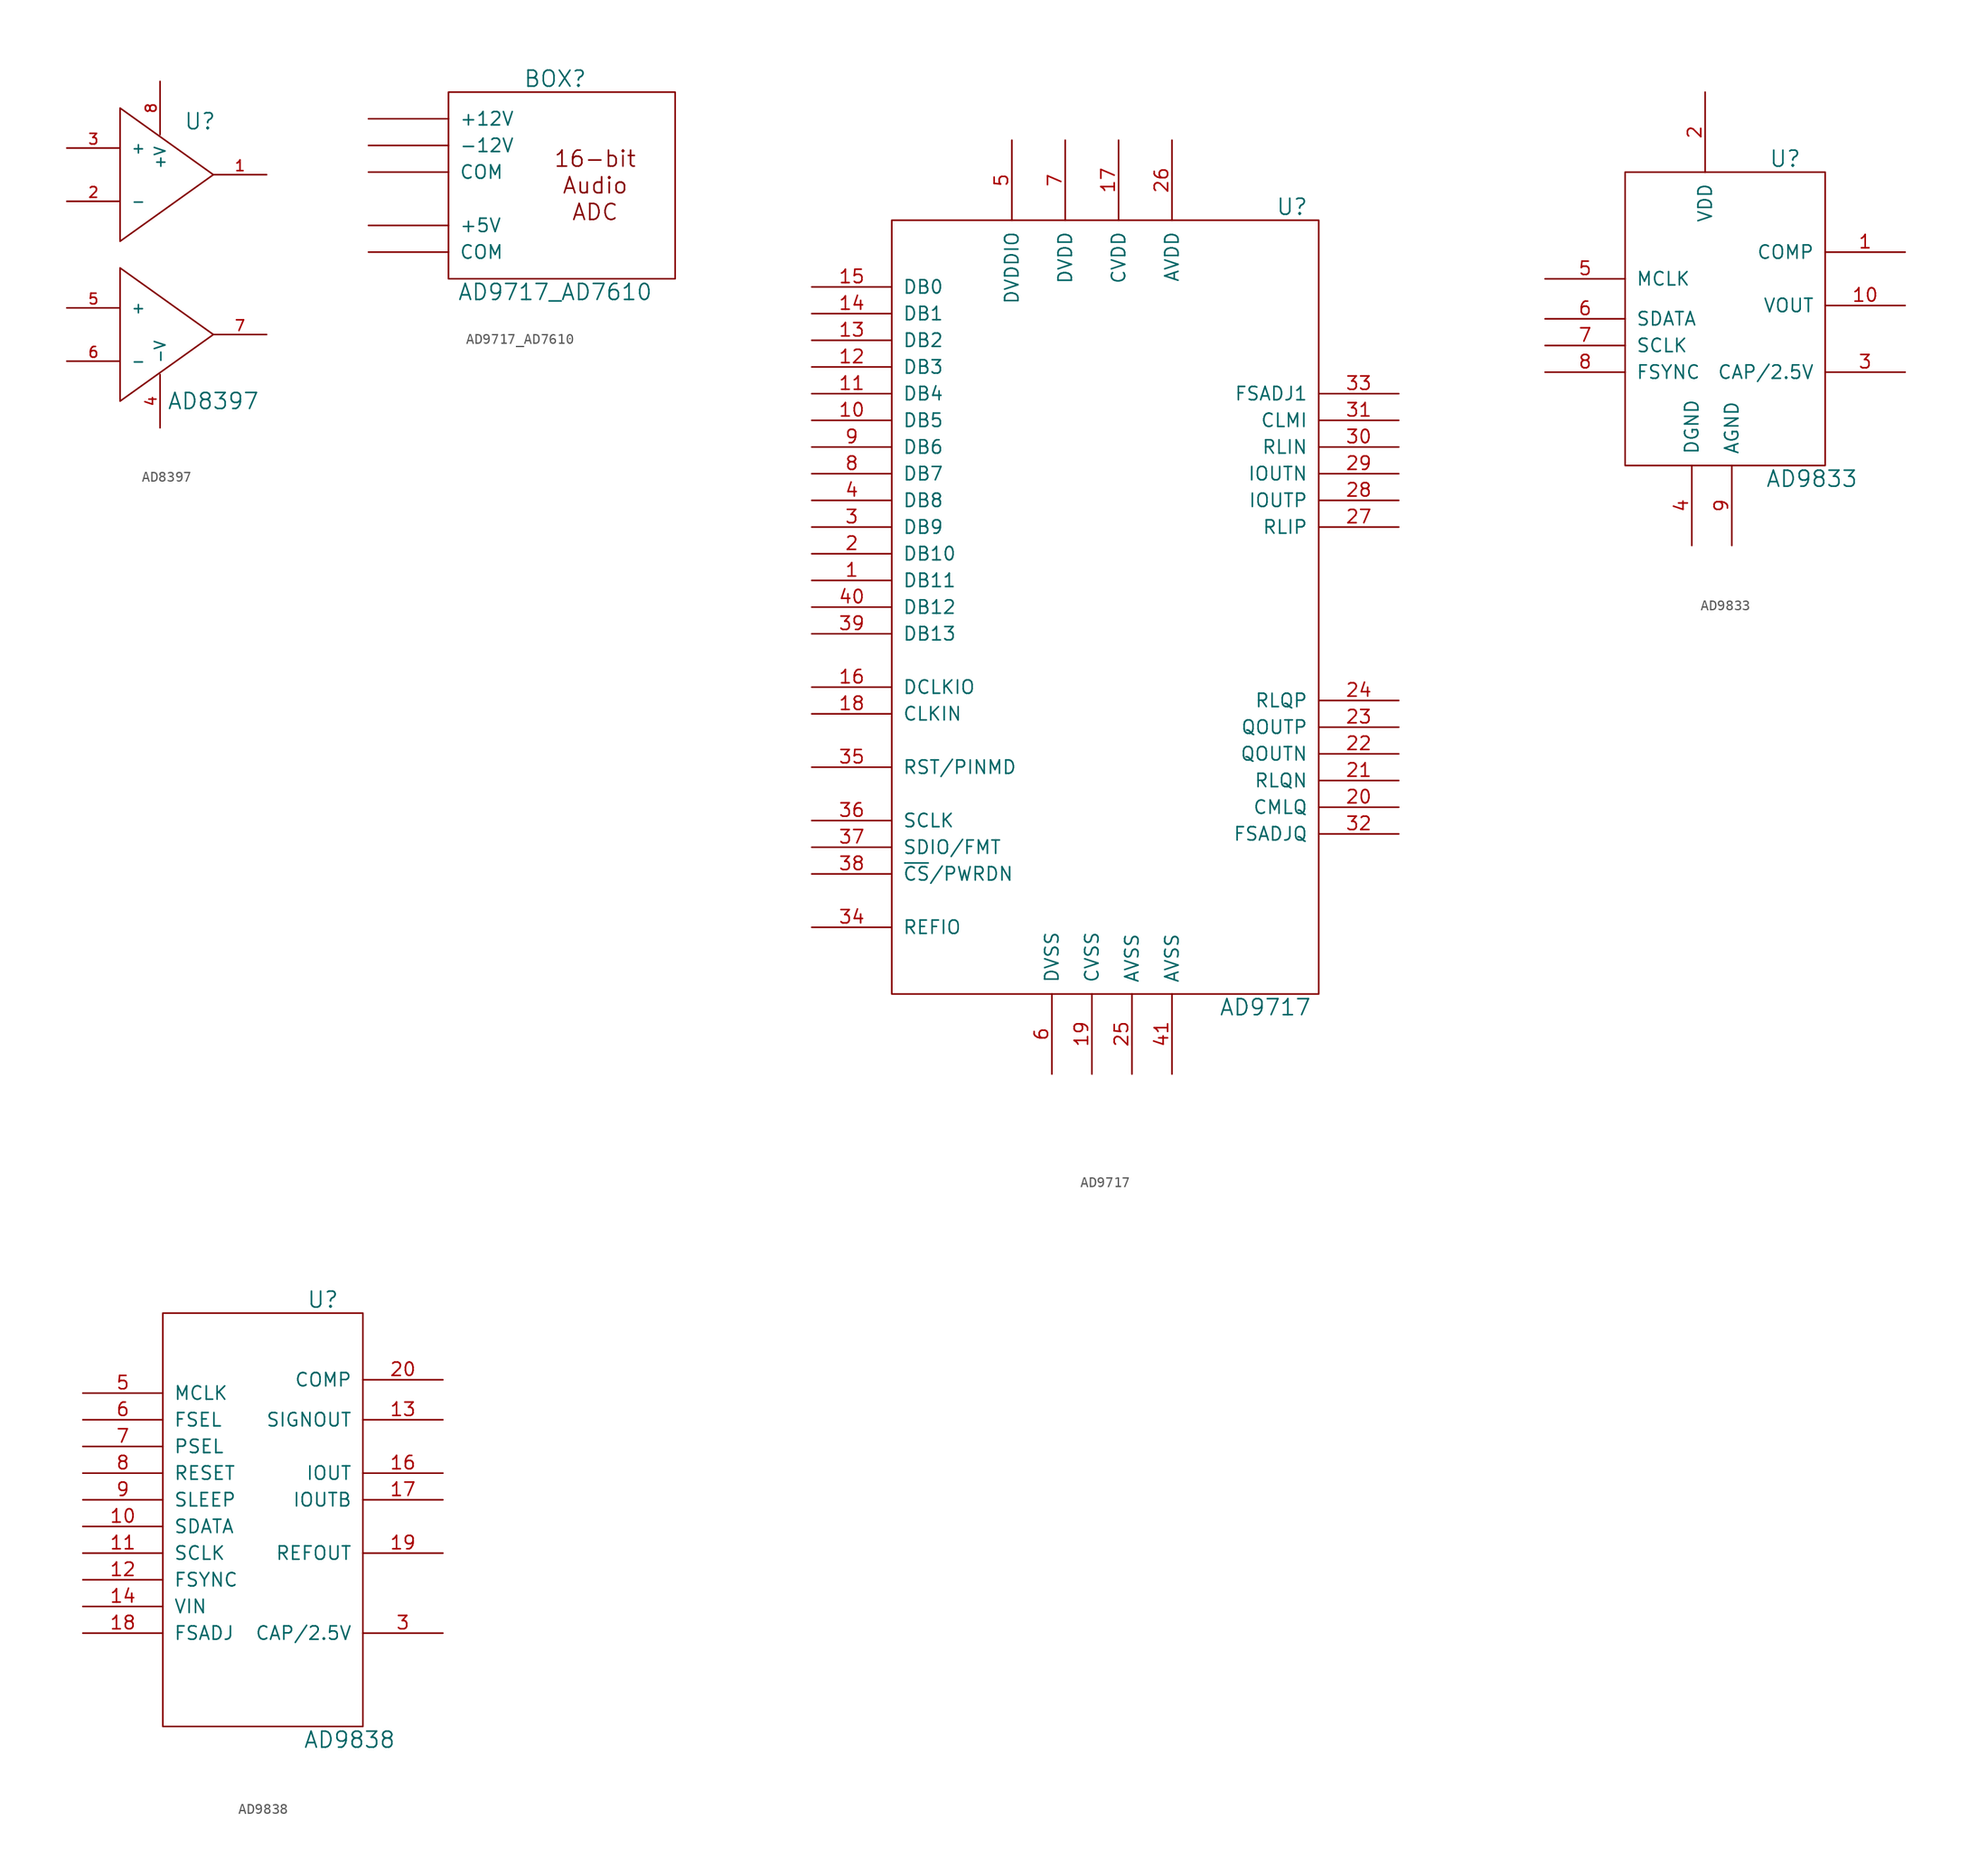
<source format=kicad_sym>
(kicad_symbol_lib
  (version 20220914)
  (generator kicad_symbol_editor)
  (symbol "AD8397"
    (pin_names
      (offset 1.016))
    (property "Reference" "U"
      (at 7.62 26.67 0)
      (effects (font (size 1.524 1.524))))
    (property "Value" "AD8397"
      (at 8.89 0 0)
      (effects (font (size 1.524 1.524))))
    (property "Footprint" ""
      (at 0 0 0)
      (effects (font (size 1.524 1.524))))
    (property "Datasheet" ""
      (at 0 0 0)
      (effects (font (size 1.524 1.524))))
    (symbol "AD8397_0_1"
      (polyline (pts (xy 0 0) (xy 0 12.7) (xy 8.89 6.35) (xy 0 0)) (stroke (width 0) (type default)) (fill (type none)))
      (polyline (pts (xy 0 15.24) (xy 0 27.94) (xy 8.89 21.59) (xy 0 15.24)) (stroke (width 0) (type default)) (fill (type none))))
    (symbol "AD8397_1_1"
      (pin output line (at 13.97 21.59 180) (length 5.08) (name "~" (effects (font (size 1.016 1.016)))) (number "1" (effects (font (size 1.016 1.016)))))
      (pin input line (at -5.08 19.05 0) (length 5.08) (name "-" (effects (font (size 1.016 1.016)))) (number "2" (effects (font (size 1.016 1.016)))))
      (pin input line (at -5.08 24.13 0) (length 5.08) (name "+" (effects (font (size 1.016 1.016)))) (number "3" (effects (font (size 1.016 1.016)))))
      (pin power_in line (at 3.81 -2.54 90) (length 5.08) (name "-V" (effects (font (size 1.016 1.016)))) (number "4" (effects (font (size 1.016 1.016)))))
      (pin input line (at -5.08 8.89 0) (length 5.08) (name "+" (effects (font (size 1.016 1.016)))) (number "5" (effects (font (size 1.016 1.016)))))
      (pin input line (at -5.08 3.81 0) (length 5.08) (name "-" (effects (font (size 1.016 1.016)))) (number "6" (effects (font (size 1.016 1.016)))))
      (pin output line (at 13.97 6.35 180) (length 5.08) (name "~" (effects (font (size 1.016 1.016)))) (number "7" (effects (font (size 1.016 1.016)))))
      (pin power_in line (at 3.81 30.48 270) (length 5.08) (name "+V" (effects (font (size 1.016 1.016)))) (number "8" (effects (font (size 1.016 1.016)))))))
  (symbol "AD9717_AD7610"
    (pin_names
      (offset 1.016))
    (property "Reference" "BOX"
      (at 0 5.08 0)
      (effects (font (size 1.524 1.524))))
    (property "Value" "AD9717_AD7610"
      (at 0 -15.24 0)
      (effects (font (size 1.524 1.524))))
    (property "Footprint" ""
      (at 0 0 0)
      (effects (font (size 1.524 1.524))))
    (property "Datasheet" ""
      (at 0 0 0)
      (effects (font (size 1.524 1.524))))
    (symbol "AD9717_AD7610_0_0"
      (text "16-bit" (at 3.81 -2.54 0) (effects (font (size 1.524 1.524))))
      (text "ADC" (at 3.81 -7.62 0) (effects (font (size 1.524 1.524))))
      (text "Audio" (at 3.81 -5.08 0) (effects (font (size 1.524 1.524)))))
    (symbol "AD9717_AD7610_0_1"
      (rectangle (start -10.16 -13.97) (end 11.43 3.81) (stroke (width 0) (type default)) (fill (type none))))
    (symbol "AD9717_AD7610_1_1"
      (pin output line (at -17.78 1.27 0) (length 7.62) (name "+12V" (effects (font (size 1.27 1.27)))) (number "~" (effects (font (size 1.27 1.27)))))
      (pin output line (at -17.78 -8.89 0) (length 7.62) (name "+5V" (effects (font (size 1.27 1.27)))) (number "~" (effects (font (size 1.27 1.27)))))
      (pin output line (at -17.78 -1.27 0) (length 7.62) (name "-12V" (effects (font (size 1.27 1.27)))) (number "~" (effects (font (size 1.27 1.27)))))
      (pin output line (at -17.78 -11.43 0) (length 7.62) (name "COM" (effects (font (size 1.27 1.27)))) (number "~" (effects (font (size 1.27 1.27)))))
      (pin output line (at -17.78 -3.81 0) (length 7.62) (name "COM" (effects (font (size 1.27 1.27)))) (number "~" (effects (font (size 1.27 1.27)))))))
  (symbol "AD9717"
    (pin_names
      (offset 1.016))
    (property "Reference" "U"
      (at 19.05 39.37 0)
      (effects (font (size 1.524 1.524))))
    (property "Value" "AD9717"
      (at 16.51 -36.83 0)
      (effects (font (size 1.524 1.524))))
    (property "Footprint" ""
      (at 0 0 0)
      (effects (font (size 1.524 1.524))))
    (property "Datasheet" ""
      (at 0 0 0)
      (effects (font (size 1.524 1.524))))
    (symbol "AD9717_0_1"
      (rectangle (start -19.05 -35.56) (end 21.59 38.1) (stroke (width 0) (type default)) (fill (type none))))
    (symbol "AD9717_1_1"
      (pin input line (at -26.67 3.81 0) (length 7.62) (name "DB11" (effects (font (size 1.27 1.27)))) (number "1" (effects (font (size 1.27 1.27)))))
      (pin input line (at -26.67 19.05 0) (length 7.62) (name "DB5" (effects (font (size 1.27 1.27)))) (number "10" (effects (font (size 1.27 1.27)))))
      (pin input line (at -26.67 21.59 0) (length 7.62) (name "DB4" (effects (font (size 1.27 1.27)))) (number "11" (effects (font (size 1.27 1.27)))))
      (pin input line (at -26.67 24.13 0) (length 7.62) (name "DB3" (effects (font (size 1.27 1.27)))) (number "12" (effects (font (size 1.27 1.27)))))
      (pin input line (at -26.67 26.67 0) (length 7.62) (name "DB2" (effects (font (size 1.27 1.27)))) (number "13" (effects (font (size 1.27 1.27)))))
      (pin input line (at -26.67 29.21 0) (length 7.62) (name "DB1" (effects (font (size 1.27 1.27)))) (number "14" (effects (font (size 1.27 1.27)))))
      (pin input line (at -26.67 31.75 0) (length 7.62) (name "DB0" (effects (font (size 1.27 1.27)))) (number "15" (effects (font (size 1.27 1.27)))))
      (pin input line (at -26.67 -6.35 0) (length 7.62) (name "DCLKIO" (effects (font (size 1.27 1.27)))) (number "16" (effects (font (size 1.27 1.27)))))
      (pin power_in line (at 2.54 45.72 270) (length 7.62) (name "CVDD" (effects (font (size 1.27 1.27)))) (number "17" (effects (font (size 1.27 1.27)))))
      (pin input line (at -26.67 -8.89 0) (length 7.62) (name "CLKIN" (effects (font (size 1.27 1.27)))) (number "18" (effects (font (size 1.27 1.27)))))
      (pin power_in line (at 0 -43.18 90) (length 7.62) (name "CVSS" (effects (font (size 1.27 1.27)))) (number "19" (effects (font (size 1.27 1.27)))))
      (pin input line (at -26.67 6.35 0) (length 7.62) (name "DB10" (effects (font (size 1.27 1.27)))) (number "2" (effects (font (size 1.27 1.27)))))
      (pin input line (at 29.21 -17.78 180) (length 7.62) (name "CMLQ" (effects (font (size 1.27 1.27)))) (number "20" (effects (font (size 1.27 1.27)))))
      (pin output line (at 29.21 -15.24 180) (length 7.62) (name "RLQN" (effects (font (size 1.27 1.27)))) (number "21" (effects (font (size 1.27 1.27)))))
      (pin output line (at 29.21 -12.7 180) (length 7.62) (name "QOUTN" (effects (font (size 1.27 1.27)))) (number "22" (effects (font (size 1.27 1.27)))))
      (pin output line (at 29.21 -10.16 180) (length 7.62) (name "QOUTP" (effects (font (size 1.27 1.27)))) (number "23" (effects (font (size 1.27 1.27)))))
      (pin output line (at 29.21 -7.62 180) (length 7.62) (name "RLQP" (effects (font (size 1.27 1.27)))) (number "24" (effects (font (size 1.27 1.27)))))
      (pin power_in line (at 3.81 -43.18 90) (length 7.62) (name "AVSS" (effects (font (size 1.27 1.27)))) (number "25" (effects (font (size 1.27 1.27)))))
      (pin power_in line (at 7.62 45.72 270) (length 7.62) (name "AVDD" (effects (font (size 1.27 1.27)))) (number "26" (effects (font (size 1.27 1.27)))))
      (pin output line (at 29.21 8.89 180) (length 7.62) (name "RLIP" (effects (font (size 1.27 1.27)))) (number "27" (effects (font (size 1.27 1.27)))))
      (pin output line (at 29.21 11.43 180) (length 7.62) (name "IOUTP" (effects (font (size 1.27 1.27)))) (number "28" (effects (font (size 1.27 1.27)))))
      (pin output line (at 29.21 13.97 180) (length 7.62) (name "IOUTN" (effects (font (size 1.27 1.27)))) (number "29" (effects (font (size 1.27 1.27)))))
      (pin input line (at -26.67 8.89 0) (length 7.62) (name "DB9" (effects (font (size 1.27 1.27)))) (number "3" (effects (font (size 1.27 1.27)))))
      (pin output line (at 29.21 16.51 180) (length 7.62) (name "RLIN" (effects (font (size 1.27 1.27)))) (number "30" (effects (font (size 1.27 1.27)))))
      (pin output line (at 29.21 19.05 180) (length 7.62) (name "CLMI" (effects (font (size 1.27 1.27)))) (number "31" (effects (font (size 1.27 1.27)))))
      (pin input line (at 29.21 -20.32 180) (length 7.62) (name "FSADJQ" (effects (font (size 1.27 1.27)))) (number "32" (effects (font (size 1.27 1.27)))))
      (pin input line (at 29.21 21.59 180) (length 7.62) (name "FSADJ1" (effects (font (size 1.27 1.27)))) (number "33" (effects (font (size 1.27 1.27)))))
      (pin input line (at -26.67 -29.21 0) (length 7.62) (name "REFIO" (effects (font (size 1.27 1.27)))) (number "34" (effects (font (size 1.27 1.27)))))
      (pin input line (at -26.67 -13.97 0) (length 7.62) (name "RST/PINMD" (effects (font (size 1.27 1.27)))) (number "35" (effects (font (size 1.27 1.27)))))
      (pin input line (at -26.67 -19.05 0) (length 7.62) (name "SCLK" (effects (font (size 1.27 1.27)))) (number "36" (effects (font (size 1.27 1.27)))))
      (pin input line (at -26.67 -21.59 0) (length 7.62) (name "SDIO/FMT" (effects (font (size 1.27 1.27)))) (number "37" (effects (font (size 1.27 1.27)))))
      (pin input line (at -26.67 -24.13 0) (length 7.62) (name "~{CS}/PWRDN" (effects (font (size 1.27 1.27)))) (number "38" (effects (font (size 1.27 1.27)))))
      (pin input line (at -26.67 -1.27 0) (length 7.62) (name "DB13" (effects (font (size 1.27 1.27)))) (number "39" (effects (font (size 1.27 1.27)))))
      (pin input line (at -26.67 11.43 0) (length 7.62) (name "DB8" (effects (font (size 1.27 1.27)))) (number "4" (effects (font (size 1.27 1.27)))))
      (pin input line (at -26.67 1.27 0) (length 7.62) (name "DB12" (effects (font (size 1.27 1.27)))) (number "40" (effects (font (size 1.27 1.27)))))
      (pin power_in line (at 7.62 -43.18 90) (length 7.62) (name "AVSS" (effects (font (size 1.27 1.27)))) (number "41" (effects (font (size 1.27 1.27)))))
      (pin power_in line (at -7.62 45.72 270) (length 7.62) (name "DVDDIO" (effects (font (size 1.27 1.27)))) (number "5" (effects (font (size 1.27 1.27)))))
      (pin power_in line (at -3.81 -43.18 90) (length 7.62) (name "DVSS" (effects (font (size 1.27 1.27)))) (number "6" (effects (font (size 1.27 1.27)))))
      (pin power_in line (at -2.54 45.72 270) (length 7.62) (name "DVDD" (effects (font (size 1.27 1.27)))) (number "7" (effects (font (size 1.27 1.27)))))
      (pin input line (at -26.67 13.97 0) (length 7.62) (name "DB7" (effects (font (size 1.27 1.27)))) (number "8" (effects (font (size 1.27 1.27)))))
      (pin input line (at -26.67 16.51 0) (length 7.62) (name "DB6" (effects (font (size 1.27 1.27)))) (number "9" (effects (font (size 1.27 1.27)))))))
  (symbol "AD9833"
    (pin_names
      (offset 1.016))
    (property "Reference" "U"
      (at 5.08 15.24 0)
      (effects (font (size 1.524 1.524))))
    (property "Value" "AD9833"
      (at 7.62 -15.24 0)
      (effects (font (size 1.524 1.524))))
    (property "Footprint" ""
      (at -1.27 8.89 0)
      (effects (font (size 1.524 1.524))))
    (property "Datasheet" ""
      (at -1.27 8.89 0)
      (effects (font (size 1.524 1.524))))
    (symbol "AD9833_0_1"
      (rectangle (start -10.16 -13.97) (end 8.89 13.97) (stroke (width 0) (type default)) (fill (type none))))
    (symbol "AD9833_1_1"
      (pin output line (at 16.51 6.35 180) (length 7.62) (name "COMP" (effects (font (size 1.27 1.27)))) (number "1" (effects (font (size 1.27 1.27)))))
      (pin output line (at 16.51 1.27 180) (length 7.62) (name "VOUT" (effects (font (size 1.27 1.27)))) (number "10" (effects (font (size 1.27 1.27)))))
      (pin power_in line (at -2.54 21.59 270) (length 7.62) (name "VDD" (effects (font (size 1.27 1.27)))) (number "2" (effects (font (size 1.27 1.27)))))
      (pin power_out line (at 16.51 -5.08 180) (length 7.62) (name "CAP/2.5V" (effects (font (size 1.27 1.27)))) (number "3" (effects (font (size 1.27 1.27)))))
      (pin power_in line (at -3.81 -21.59 90) (length 7.62) (name "DGND" (effects (font (size 1.27 1.27)))) (number "4" (effects (font (size 1.27 1.27)))))
      (pin input line (at -17.78 3.81 0) (length 7.62) (name "MCLK" (effects (font (size 1.27 1.27)))) (number "5" (effects (font (size 1.27 1.27)))))
      (pin input line (at -17.78 0 0) (length 7.62) (name "SDATA" (effects (font (size 1.27 1.27)))) (number "6" (effects (font (size 1.27 1.27)))))
      (pin input line (at -17.78 -2.54 0) (length 7.62) (name "SCLK" (effects (font (size 1.27 1.27)))) (number "7" (effects (font (size 1.27 1.27)))))
      (pin input line (at -17.78 -5.08 0) (length 7.62) (name "FSYNC" (effects (font (size 1.27 1.27)))) (number "8" (effects (font (size 1.27 1.27)))))
      (pin power_in line (at 0 -21.59 90) (length 7.62) (name "AGND" (effects (font (size 1.27 1.27)))) (number "9" (effects (font (size 1.27 1.27)))))))
  (symbol "AD9838"
    (pin_names
      (offset 1.016))
    (property "Reference" "U"
      (at 6.35 20.32 0)
      (effects (font (size 1.524 1.524))))
    (property "Value" "AD9838"
      (at 8.89 -21.59 0)
      (effects (font (size 1.524 1.524))))
    (property "Footprint" ""
      (at 0 2.54 0)
      (effects (font (size 1.524 1.524))))
    (property "Datasheet" ""
      (at 0 2.54 0)
      (effects (font (size 1.524 1.524))))
    (symbol "AD9838_0_1"
      (rectangle (start -8.89 -20.32) (end 10.16 19.05) (stroke (width 0) (type default)) (fill (type none))))
    (symbol "AD9838_1_1"
      (pin input line (at -16.51 -1.27 0) (length 7.62) (name "SDATA" (effects (font (size 1.27 1.27)))) (number "10" (effects (font (size 1.27 1.27)))))
      (pin input line (at -16.51 -3.81 0) (length 7.62) (name "SCLK" (effects (font (size 1.27 1.27)))) (number "11" (effects (font (size 1.27 1.27)))))
      (pin input line (at -16.51 -6.35 0) (length 7.62) (name "FSYNC" (effects (font (size 1.27 1.27)))) (number "12" (effects (font (size 1.27 1.27)))))
      (pin output line (at 17.78 8.89 180) (length 7.62) (name "SIGNOUT" (effects (font (size 1.27 1.27)))) (number "13" (effects (font (size 1.27 1.27)))))
      (pin input line (at -16.51 -8.89 0) (length 7.62) (name "VIN" (effects (font (size 1.27 1.27)))) (number "14" (effects (font (size 1.27 1.27)))))
      (pin output line (at 17.78 3.81 180) (length 7.62) (name "IOUT" (effects (font (size 1.27 1.27)))) (number "16" (effects (font (size 1.27 1.27)))))
      (pin output line (at 17.78 1.27 180) (length 7.62) (name "IOUTB" (effects (font (size 1.27 1.27)))) (number "17" (effects (font (size 1.27 1.27)))))
      (pin input line (at -16.51 -11.43 0) (length 7.62) (name "FSADJ" (effects (font (size 1.27 1.27)))) (number "18" (effects (font (size 1.27 1.27)))))
      (pin output line (at 17.78 -3.81 180) (length 7.62) (name "REFOUT" (effects (font (size 1.27 1.27)))) (number "19" (effects (font (size 1.27 1.27)))))
      (pin output line (at 17.78 12.7 180) (length 7.62) (name "COMP" (effects (font (size 1.27 1.27)))) (number "20" (effects (font (size 1.27 1.27)))))
      (pin power_out line (at 17.78 -11.43 180) (length 7.62) (name "CAP/2.5V" (effects (font (size 1.27 1.27)))) (number "3" (effects (font (size 1.27 1.27)))))
      (pin input line (at -16.51 11.43 0) (length 7.62) (name "MCLK" (effects (font (size 1.27 1.27)))) (number "5" (effects (font (size 1.27 1.27)))))
      (pin input line (at -16.51 8.89 0) (length 7.62) (name "FSEL" (effects (font (size 1.27 1.27)))) (number "6" (effects (font (size 1.27 1.27)))))
      (pin input line (at -16.51 6.35 0) (length 7.62) (name "PSEL" (effects (font (size 1.27 1.27)))) (number "7" (effects (font (size 1.27 1.27)))))
      (pin input line (at -16.51 3.81 0) (length 7.62) (name "RESET" (effects (font (size 1.27 1.27)))) (number "8" (effects (font (size 1.27 1.27)))))
      (pin input line (at -16.51 1.27 0) (length 7.62) (name "SLEEP" (effects (font (size 1.27 1.27)))) (number "9" (effects (font (size 1.27 1.27))))))))
</source>
